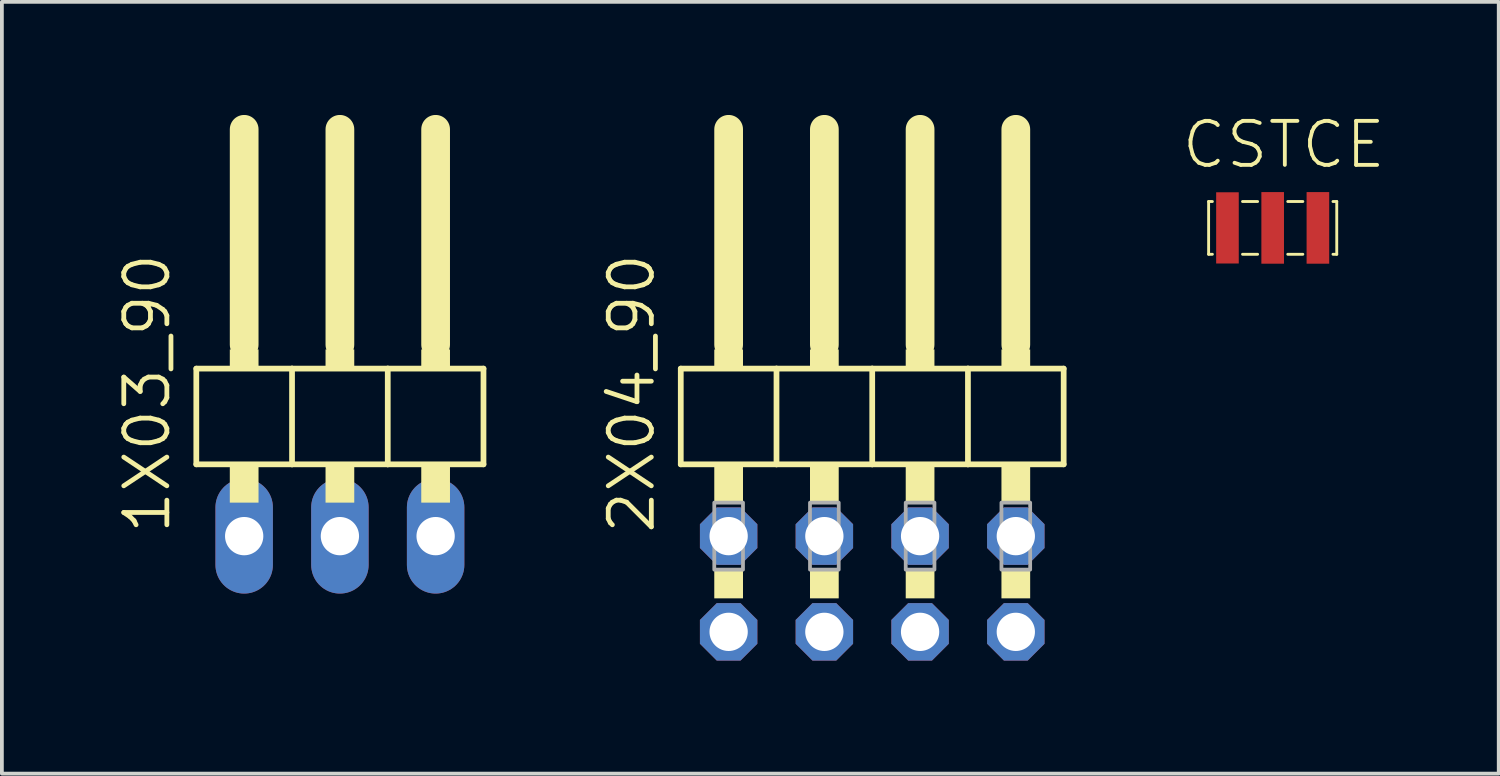
<source format=kicad_pcb>
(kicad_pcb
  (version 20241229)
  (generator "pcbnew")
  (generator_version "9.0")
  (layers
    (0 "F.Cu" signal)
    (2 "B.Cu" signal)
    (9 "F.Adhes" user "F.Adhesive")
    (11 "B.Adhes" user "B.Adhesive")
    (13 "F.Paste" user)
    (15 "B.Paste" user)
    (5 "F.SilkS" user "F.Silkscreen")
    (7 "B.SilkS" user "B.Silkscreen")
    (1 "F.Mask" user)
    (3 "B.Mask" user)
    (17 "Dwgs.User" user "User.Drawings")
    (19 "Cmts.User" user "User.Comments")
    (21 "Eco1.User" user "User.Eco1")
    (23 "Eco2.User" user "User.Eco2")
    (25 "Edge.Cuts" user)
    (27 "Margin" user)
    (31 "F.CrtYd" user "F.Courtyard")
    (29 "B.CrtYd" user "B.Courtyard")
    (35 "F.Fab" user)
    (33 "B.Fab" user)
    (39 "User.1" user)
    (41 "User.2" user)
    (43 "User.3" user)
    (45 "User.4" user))
  (footprint "2X04_90"
    (layer "F.Cu")
    (at 20.094 7.366)
    (property "Reference" "2X04_90" (at -5.715 3.81 90) (layer "F.SilkS") (effects (font (size 1.143 1.143) (thickness 0.127)) (justify left bottom)))
    (fp_line (start -5.08 -0.635) (end -5.08 1.905) (stroke (width 0.152) (type solid)) (layer "F.SilkS"))
    (fp_line (start -5.08 1.905) (end -2.54 1.905) (stroke (width 0.152) (type solid)) (layer "F.SilkS"))
    (fp_line (start -3.81 -6.985) (end -3.81 -1.27) (stroke (width 0.762) (type solid)) (layer "F.SilkS"))
    (fp_line (start -2.54 -0.635) (end -5.08 -0.635) (stroke (width 0.152) (type solid)) (layer "F.SilkS"))
    (fp_line (start -2.54 1.905) (end -2.54 -0.635) (stroke (width 0.152) (type solid)) (layer "F.SilkS"))
    (fp_line (start -2.54 1.905) (end 0 1.905) (stroke (width 0.152) (type solid)) (layer "F.SilkS"))
    (fp_line (start -1.27 -6.985) (end -1.27 -1.27) (stroke (width 0.762) (type solid)) (layer "F.SilkS"))
    (fp_line (start 0 -0.635) (end -2.54 -0.635) (stroke (width 0.152) (type solid)) (layer "F.SilkS"))
    (fp_line (start 0 1.905) (end 0 -0.635) (stroke (width 0.152) (type solid)) (layer "F.SilkS"))
    (fp_line (start 0 1.905) (end 2.54 1.905) (stroke (width 0.152) (type solid)) (layer "F.SilkS"))
    (fp_line (start 1.27 -6.985) (end 1.27 -1.27) (stroke (width 0.762) (type solid)) (layer "F.SilkS"))
    (fp_line (start 2.54 -0.635) (end 0 -0.635) (stroke (width 0.152) (type solid)) (layer "F.SilkS"))
    (fp_line (start 2.54 1.905) (end 2.54 -0.635) (stroke (width 0.152) (type solid)) (layer "F.SilkS"))
    (fp_line (start 2.54 1.905) (end 5.08 1.905) (stroke (width 0.152) (type solid)) (layer "F.SilkS"))
    (fp_line (start 3.81 -6.985) (end 3.81 -1.27) (stroke (width 0.762) (type solid)) (layer "F.SilkS"))
    (fp_line (start 5.08 -0.635) (end 2.54 -0.635) (stroke (width 0.152) (type solid)) (layer "F.SilkS"))
    (fp_line (start 5.08 1.905) (end 5.08 -0.635) (stroke (width 0.152) (type solid)) (layer "F.SilkS"))
    (fp_poly (pts (xy -4.191 -0.635) (xy -3.429 -0.635) (xy -3.429 -1.143) (xy -4.191 -1.143)) (stroke (width 0) (type default)) (fill yes) (layer "F.SilkS"))
    (fp_poly (pts (xy -4.191 2.921) (xy -3.429 2.921) (xy -3.429 1.905) (xy -4.191 1.905)) (stroke (width 0) (type default)) (fill yes) (layer "F.SilkS"))
    (fp_poly (pts (xy -4.191 5.461) (xy -3.429 5.461) (xy -3.429 4.699) (xy -4.191 4.699)) (stroke (width 0) (type default)) (fill yes) (layer "F.SilkS"))
    (fp_poly (pts (xy -1.651 -0.635) (xy -0.889 -0.635) (xy -0.889 -1.143) (xy -1.651 -1.143)) (stroke (width 0) (type default)) (fill yes) (layer "F.SilkS"))
    (fp_poly (pts (xy -1.651 2.921) (xy -0.889 2.921) (xy -0.889 1.905) (xy -1.651 1.905)) (stroke (width 0) (type default)) (fill yes) (layer "F.SilkS"))
    (fp_poly (pts (xy -1.651 5.461) (xy -0.889 5.461) (xy -0.889 4.699) (xy -1.651 4.699)) (stroke (width 0) (type default)) (fill yes) (layer "F.SilkS"))
    (fp_poly (pts (xy 0.889 -0.635) (xy 1.651 -0.635) (xy 1.651 -1.143) (xy 0.889 -1.143)) (stroke (width 0) (type default)) (fill yes) (layer "F.SilkS"))
    (fp_poly (pts (xy 0.889 2.921) (xy 1.651 2.921) (xy 1.651 1.905) (xy 0.889 1.905)) (stroke (width 0) (type default)) (fill yes) (layer "F.SilkS"))
    (fp_poly (pts (xy 0.889 5.461) (xy 1.651 5.461) (xy 1.651 4.699) (xy 0.889 4.699)) (stroke (width 0) (type default)) (fill yes) (layer "F.SilkS"))
    (fp_poly (pts (xy 3.429 -0.635) (xy 4.191 -0.635) (xy 4.191 -1.143) (xy 3.429 -1.143)) (stroke (width 0) (type default)) (fill yes) (layer "F.SilkS"))
    (fp_poly (pts (xy 3.429 2.921) (xy 4.191 2.921) (xy 4.191 1.905) (xy 3.429 1.905)) (stroke (width 0) (type default)) (fill yes) (layer "F.SilkS"))
    (fp_poly (pts (xy 3.429 5.461) (xy 4.191 5.461) (xy 4.191 4.699) (xy 3.429 4.699)) (stroke (width 0) (type default)) (fill yes) (layer "F.SilkS"))
    (fp_poly (pts (xy -4.191 4.699) (xy -3.429 4.699) (xy -3.429 2.921) (xy -4.191 2.921)) (stroke (width 0.1) (type default)) (fill no) (layer "F.Fab"))
    (fp_poly (pts (xy -1.651 4.699) (xy -0.889 4.699) (xy -0.889 2.921) (xy -1.651 2.921)) (stroke (width 0.1) (type default)) (fill no) (layer "F.Fab"))
    (fp_poly (pts (xy 0.889 4.699) (xy 1.651 4.699) (xy 1.651 2.921) (xy 0.889 2.921)) (stroke (width 0.1) (type default)) (fill no) (layer "F.Fab"))
    (fp_poly (pts (xy 3.429 4.699) (xy 4.191 4.699) (xy 4.191 2.921) (xy 3.429 2.921)) (stroke (width 0.1) (type default)) (fill no) (layer "F.Fab"))
    (pad "1" thru_hole roundrect (at -3.81 6.35) (size 1.524 1.524) (drill 1.016) (layers "*.Cu" "*.Mask") (roundrect_rratio 0.25) (chamfer_ratio 0.293) (chamfer top_left top_right bottom_left bottom_right))
    (pad "2" thru_hole roundrect (at -3.81 3.81) (size 1.524 1.524) (drill 1.016) (layers "*.Cu" "*.Mask") (roundrect_rratio 0.25) (chamfer_ratio 0.293) (chamfer top_left top_right bottom_left bottom_right))
    (pad "3" thru_hole roundrect (at -1.27 6.35) (size 1.524 1.524) (drill 1.016) (layers "*.Cu" "*.Mask") (roundrect_rratio 0.25) (chamfer_ratio 0.293) (chamfer top_left top_right bottom_left bottom_right))
    (pad "4" thru_hole roundrect (at -1.27 3.81) (size 1.524 1.524) (drill 1.016) (layers "*.Cu" "*.Mask") (roundrect_rratio 0.25) (chamfer_ratio 0.293) (chamfer top_left top_right bottom_left bottom_right))
    (pad "5" thru_hole roundrect (at 1.27 6.35) (size 1.524 1.524) (drill 1.016) (layers "*.Cu" "*.Mask") (roundrect_rratio 0.25) (chamfer_ratio 0.293) (chamfer top_left top_right bottom_left bottom_right))
    (pad "6" thru_hole roundrect (at 1.27 3.81) (size 1.524 1.524) (drill 1.016) (layers "*.Cu" "*.Mask") (roundrect_rratio 0.25) (chamfer_ratio 0.293) (chamfer top_left top_right bottom_left bottom_right))
    (pad "7" thru_hole roundrect (at 3.81 6.35) (size 1.524 1.524) (drill 1.016) (layers "*.Cu" "*.Mask") (roundrect_rratio 0.25) (chamfer_ratio 0.293) (chamfer top_left top_right bottom_left bottom_right))
    (pad "8" thru_hole roundrect (at 3.81 3.81) (size 1.524 1.524) (drill 1.016) (layers "*.Cu" "*.Mask") (roundrect_rratio 0.25) (chamfer_ratio 0.293) (chamfer top_left top_right bottom_left bottom_right)))
  (footprint "1X03_90"
    (layer "F.Cu")
    (at 5.969 7.366)
    (property "Reference" "1X03_90" (at -4.445 3.81 90) (layer "F.SilkS") (effects (font (size 1.143 1.143) (thickness 0.127)) (justify left bottom)))
    (fp_line (start -3.81 -0.635) (end -3.81 1.905) (stroke (width 0.152) (type solid)) (layer "F.SilkS"))
    (fp_line (start -3.81 1.905) (end -1.27 1.905) (stroke (width 0.152) (type solid)) (layer "F.SilkS"))
    (fp_line (start -2.54 -6.985) (end -2.54 -1.27) (stroke (width 0.762) (type solid)) (layer "F.SilkS"))
    (fp_line (start -1.27 -0.635) (end -3.81 -0.635) (stroke (width 0.152) (type solid)) (layer "F.SilkS"))
    (fp_line (start -1.27 1.905) (end -1.27 -0.635) (stroke (width 0.152) (type solid)) (layer "F.SilkS"))
    (fp_line (start -1.27 1.905) (end 1.27 1.905) (stroke (width 0.152) (type solid)) (layer "F.SilkS"))
    (fp_line (start 0 -6.985) (end 0 -1.27) (stroke (width 0.762) (type solid)) (layer "F.SilkS"))
    (fp_line (start 1.27 -0.635) (end -1.27 -0.635) (stroke (width 0.152) (type solid)) (layer "F.SilkS"))
    (fp_line (start 1.27 1.905) (end 1.27 -0.635) (stroke (width 0.152) (type solid)) (layer "F.SilkS"))
    (fp_line (start 1.27 1.905) (end 3.81 1.905) (stroke (width 0.152) (type solid)) (layer "F.SilkS"))
    (fp_line (start 2.54 -6.985) (end 2.54 -1.27) (stroke (width 0.762) (type solid)) (layer "F.SilkS"))
    (fp_line (start 3.81 -0.635) (end 1.27 -0.635) (stroke (width 0.152) (type solid)) (layer "F.SilkS"))
    (fp_line (start 3.81 1.905) (end 3.81 -0.635) (stroke (width 0.152) (type solid)) (layer "F.SilkS"))
    (fp_poly (pts (xy -2.921 -0.635) (xy -2.159 -0.635) (xy -2.159 -1.143) (xy -2.921 -1.143)) (stroke (width 0) (type default)) (fill yes) (layer "F.SilkS"))
    (fp_poly (pts (xy -2.921 2.921) (xy -2.159 2.921) (xy -2.159 1.905) (xy -2.921 1.905)) (stroke (width 0) (type default)) (fill yes) (layer "F.SilkS"))
    (fp_poly (pts (xy -0.381 -0.635) (xy 0.381 -0.635) (xy 0.381 -1.143) (xy -0.381 -1.143)) (stroke (width 0) (type default)) (fill yes) (layer "F.SilkS"))
    (fp_poly (pts (xy -0.381 2.921) (xy 0.381 2.921) (xy 0.381 1.905) (xy -0.381 1.905)) (stroke (width 0) (type default)) (fill yes) (layer "F.SilkS"))
    (fp_poly (pts (xy 2.159 -0.635) (xy 2.921 -0.635) (xy 2.921 -1.143) (xy 2.159 -1.143)) (stroke (width 0) (type default)) (fill yes) (layer "F.SilkS"))
    (fp_poly (pts (xy 2.159 2.921) (xy 2.921 2.921) (xy 2.921 1.905) (xy 2.159 1.905)) (stroke (width 0) (type default)) (fill yes) (layer "F.SilkS"))
    (pad "1" thru_hole oval (at -2.54 3.81 90) (size 3.048 1.524) (drill 1.016) (layers "*.Cu" "*.Mask"))
    (pad "2" thru_hole oval (at 0 3.81 90) (size 3.048 1.524) (drill 1.016) (layers "*.Cu" "*.Mask"))
    (pad "3" thru_hole oval (at 2.54 3.81 90) (size 3.048 1.524) (drill 1.016) (layers "*.Cu" "*.Mask")))
  (footprint "CSTCE"
    (layer "F.Cu")
    (at 30.72 2.997)
    (property "Reference" "CSTCE" (at -2.47 -1.524 0) (layer "F.SilkS") (effects (font (size 1.168 1.168) (thickness 0.102)) (justify left bottom)))
    (fp_line (start -1.7 -0.7) (end -1.6 -0.7) (stroke (width 0.076) (type solid)) (layer "F.SilkS"))
    (fp_line (start -1.7 0.7) (end -1.7 -0.7) (stroke (width 0.076) (type solid)) (layer "F.SilkS"))
    (fp_line (start -1.6 0.7) (end -1.7 0.7) (stroke (width 0.076) (type solid)) (layer "F.SilkS"))
    (fp_line (start -0.8 -0.7) (end -0.4 -0.7) (stroke (width 0.076) (type solid)) (layer "F.SilkS"))
    (fp_line (start -0.4 0.7) (end -0.8 0.7) (stroke (width 0.076) (type solid)) (layer "F.SilkS"))
    (fp_line (start 0.4 -0.7) (end 0.8 -0.7) (stroke (width 0.076) (type solid)) (layer "F.SilkS"))
    (fp_line (start 0.8 0.7) (end 0.4 0.7) (stroke (width 0.076) (type solid)) (layer "F.SilkS"))
    (fp_line (start 1.6 -0.7) (end 1.7 -0.7) (stroke (width 0.076) (type solid)) (layer "F.SilkS"))
    (fp_line (start 1.7 -0.7) (end 1.7 0.7) (stroke (width 0.076) (type solid)) (layer "F.SilkS"))
    (fp_line (start 1.7 0.7) (end 1.6 0.7) (stroke (width 0.076) (type solid)) (layer "F.SilkS"))
    (pad "1" smd rect (at -1.2 0) (size 0.6 1.89) (layers "F.Cu" "F.Mask" "F.Paste"))
    (pad "2" smd rect (at 0 0) (size 0.6 1.9) (layers "F.Cu" "F.Mask" "F.Paste"))
    (pad "3" smd rect (at 1.2 0) (size 0.6 1.9) (layers "F.Cu" "F.Mask" "F.Paste")))
  (gr_rect
    (start -3 -3)
    (end 36.718 17.478)
    (stroke (width 0.1) (type default))
    (fill no)
    (layer "Edge.Cuts")))
</source>
